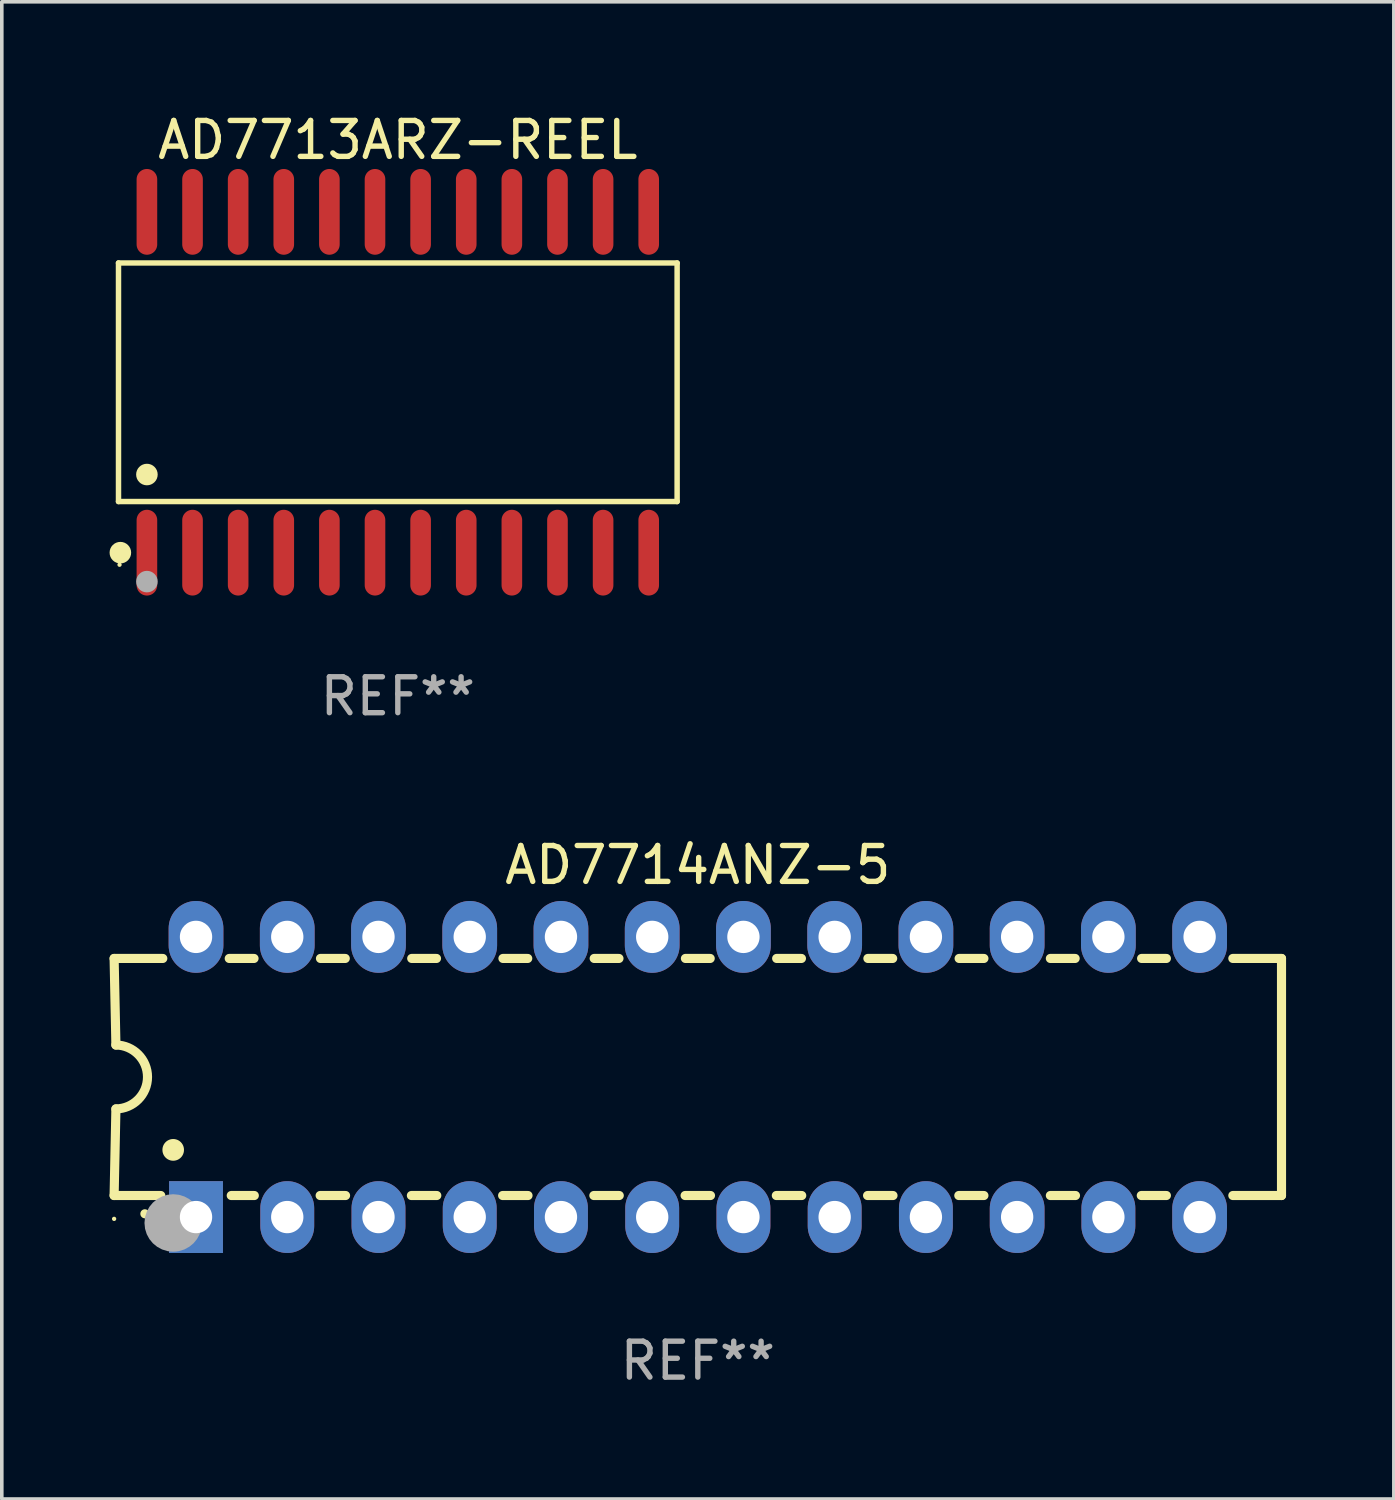
<source format=kicad_pcb>
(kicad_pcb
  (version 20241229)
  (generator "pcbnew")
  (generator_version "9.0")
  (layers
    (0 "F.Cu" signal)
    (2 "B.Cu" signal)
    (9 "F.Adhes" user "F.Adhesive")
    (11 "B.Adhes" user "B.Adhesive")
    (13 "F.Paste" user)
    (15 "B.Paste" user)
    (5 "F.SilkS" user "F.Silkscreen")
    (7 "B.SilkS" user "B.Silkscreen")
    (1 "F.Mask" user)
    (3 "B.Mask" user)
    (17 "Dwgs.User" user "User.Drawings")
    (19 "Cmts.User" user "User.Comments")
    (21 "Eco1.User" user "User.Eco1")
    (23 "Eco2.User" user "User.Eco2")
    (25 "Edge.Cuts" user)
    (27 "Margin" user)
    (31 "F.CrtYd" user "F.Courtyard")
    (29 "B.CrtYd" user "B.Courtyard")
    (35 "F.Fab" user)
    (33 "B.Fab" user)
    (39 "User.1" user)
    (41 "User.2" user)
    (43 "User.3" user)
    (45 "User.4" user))
  (footprint "AD7713ARZ-REEL"
    (layer "F.Cu")
    (at 8.025 7.592)
    (property "Reference" "AD7713ARZ-REEL" (at 0 -6.744 0) (layer "F.SilkS") (effects (font (size 1 1) (thickness 0.15))))
    (attr through_hole)
    (fp_line (start -7.776 -3.321) (end 7.776 -3.321) (stroke (width 0.152) (type solid)) (layer "F.SilkS"))
    (fp_line (start -7.776 3.321) (end -7.776 -3.321) (stroke (width 0.152) (type solid)) (layer "F.SilkS"))
    (fp_line (start 7.776 -3.321) (end 7.776 3.321) (stroke (width 0.152) (type solid)) (layer "F.SilkS"))
    (fp_line (start 7.776 3.321) (end -7.776 3.321) (stroke (width 0.152) (type solid)) (layer "F.SilkS"))
    (fp_circle (center -7.747 5.08) (end -7.717 5.08) (stroke (width 0.06) (type solid)) (fill no) (layer "F.SilkS"))
    (fp_circle (center -7.724 4.744) (end -7.574 4.744) (stroke (width 0.3) (type solid)) (fill no) (layer "F.SilkS"))
    (fp_circle (center -6.985 2.569) (end -6.835 2.569) (stroke (width 0.3) (type solid)) (fill no) (layer "F.SilkS"))
    (fp_circle (center -6.985 5.55) (end -6.835 5.55) (stroke (width 0.3) (type solid)) (fill no) (layer "F.Fab"))
    (fp_text user "REF**" (at 0 8.744 0) (layer "F.Fab") (effects (font (size 1 1) (thickness 0.15))))
    (pad "1" smd oval (at -6.985 4.744) (size 0.574 2.388) (layers "F.Cu" "F.Mask" "F.Paste"))
    (pad "2" smd oval (at -5.715 4.744) (size 0.574 2.388) (layers "F.Cu" "F.Mask" "F.Paste"))
    (pad "3" smd oval (at -4.445 4.744) (size 0.574 2.388) (layers "F.Cu" "F.Mask" "F.Paste"))
    (pad "4" smd oval (at -3.175 4.744) (size 0.574 2.388) (layers "F.Cu" "F.Mask" "F.Paste"))
    (pad "5" smd oval (at -1.905 4.744) (size 0.574 2.388) (layers "F.Cu" "F.Mask" "F.Paste"))
    (pad "6" smd oval (at -0.635 4.744) (size 0.574 2.388) (layers "F.Cu" "F.Mask" "F.Paste"))
    (pad "7" smd oval (at 0.635 4.744) (size 0.574 2.388) (layers "F.Cu" "F.Mask" "F.Paste"))
    (pad "8" smd oval (at 1.905 4.744) (size 0.574 2.388) (layers "F.Cu" "F.Mask" "F.Paste"))
    (pad "9" smd oval (at 3.175 4.744) (size 0.574 2.388) (layers "F.Cu" "F.Mask" "F.Paste"))
    (pad "10" smd oval (at 4.445 4.744) (size 0.574 2.388) (layers "F.Cu" "F.Mask" "F.Paste"))
    (pad "11" smd oval (at 5.715 4.744) (size 0.574 2.388) (layers "F.Cu" "F.Mask" "F.Paste"))
    (pad "12" smd oval (at 6.985 4.744) (size 0.574 2.388) (layers "F.Cu" "F.Mask" "F.Paste"))
    (pad "13" smd oval (at 6.985 -4.744) (size 0.574 2.388) (layers "F.Cu" "F.Mask" "F.Paste"))
    (pad "14" smd oval (at 5.715 -4.744) (size 0.574 2.388) (layers "F.Cu" "F.Mask" "F.Paste"))
    (pad "15" smd oval (at 4.445 -4.744) (size 0.574 2.388) (layers "F.Cu" "F.Mask" "F.Paste"))
    (pad "16" smd oval (at 3.175 -4.744) (size 0.574 2.388) (layers "F.Cu" "F.Mask" "F.Paste"))
    (pad "17" smd oval (at 1.905 -4.744) (size 0.574 2.388) (layers "F.Cu" "F.Mask" "F.Paste"))
    (pad "18" smd oval (at 0.635 -4.744) (size 0.574 2.388) (layers "F.Cu" "F.Mask" "F.Paste"))
    (pad "19" smd oval (at -0.635 -4.744) (size 0.574 2.388) (layers "F.Cu" "F.Mask" "F.Paste"))
    (pad "20" smd oval (at -1.905 -4.744) (size 0.574 2.388) (layers "F.Cu" "F.Mask" "F.Paste"))
    (pad "21" smd oval (at -3.175 -4.744) (size 0.574 2.388) (layers "F.Cu" "F.Mask" "F.Paste"))
    (pad "22" smd oval (at -4.445 -4.744) (size 0.574 2.388) (layers "F.Cu" "F.Mask" "F.Paste"))
    (pad "23" smd oval (at -5.715 -4.744) (size 0.574 2.388) (layers "F.Cu" "F.Mask" "F.Paste"))
    (pad "24" smd oval (at -6.985 -4.744) (size 0.574 2.388) (layers "F.Cu" "F.Mask" "F.Paste")))
  (footprint "AD7714ANZ-5"
    (layer "F.Cu")
    (at 16.377 26.933)
    (property "Reference" "AD7714ANZ-5" (at 0 -5.9 0) (layer "F.SilkS") (effects (font (size 1 1) (thickness 0.15))))
    (attr through_hole)
    (fp_line (start -16.25 -3.3) (end -16.2 -0.889) (stroke (width 0.254) (type solid)) (layer "F.SilkS"))
    (fp_line (start -16.25 -3.3) (end -14.895 -3.3) (stroke (width 0.254) (type solid)) (layer "F.SilkS"))
    (fp_line (start -16.25 3.3) (end -16.2 0.889) (stroke (width 0.254) (type solid)) (layer "F.SilkS"))
    (fp_line (start -16.25 3.3) (end -14.951 3.3) (stroke (width 0.254) (type solid)) (layer "F.SilkS"))
    (fp_line (start -13.045 -3.3) (end -12.355 -3.3) (stroke (width 0.254) (type solid)) (layer "F.SilkS"))
    (fp_line (start -12.989 3.3) (end -12.347 3.3) (stroke (width 0.254) (type solid)) (layer "F.SilkS"))
    (fp_line (start -10.514 3.3) (end -9.807 3.3) (stroke (width 0.254) (type solid)) (layer "F.SilkS"))
    (fp_line (start -10.505 -3.3) (end -9.815 -3.3) (stroke (width 0.254) (type solid)) (layer "F.SilkS"))
    (fp_line (start -7.974 3.3) (end -7.267 3.3) (stroke (width 0.254) (type solid)) (layer "F.SilkS"))
    (fp_line (start -7.965 -3.3) (end -7.275 -3.3) (stroke (width 0.254) (type solid)) (layer "F.SilkS"))
    (fp_line (start -5.434 3.3) (end -4.727 3.3) (stroke (width 0.254) (type solid)) (layer "F.SilkS"))
    (fp_line (start -5.425 -3.3) (end -4.735 -3.3) (stroke (width 0.254) (type solid)) (layer "F.SilkS"))
    (fp_line (start -2.894 3.3) (end -2.187 3.3) (stroke (width 0.254) (type solid)) (layer "F.SilkS"))
    (fp_line (start -2.885 -3.3) (end -2.195 -3.3) (stroke (width 0.254) (type solid)) (layer "F.SilkS"))
    (fp_line (start -0.354 3.3) (end 0.353 3.3) (stroke (width 0.254) (type solid)) (layer "F.SilkS"))
    (fp_line (start -0.345 -3.3) (end 0.345 -3.3) (stroke (width 0.254) (type solid)) (layer "F.SilkS"))
    (fp_line (start 2.186 3.3) (end 2.893 3.3) (stroke (width 0.254) (type solid)) (layer "F.SilkS"))
    (fp_line (start 2.195 -3.3) (end 2.885 -3.3) (stroke (width 0.254) (type solid)) (layer "F.SilkS"))
    (fp_line (start 4.726 3.3) (end 5.434 3.3) (stroke (width 0.254) (type solid)) (layer "F.SilkS"))
    (fp_line (start 4.735 -3.3) (end 5.425 -3.3) (stroke (width 0.254) (type solid)) (layer "F.SilkS"))
    (fp_line (start 7.266 3.3) (end 7.965 3.3) (stroke (width 0.254) (type solid)) (layer "F.SilkS"))
    (fp_line (start 7.275 -3.3) (end 7.965 -3.3) (stroke (width 0.254) (type solid)) (layer "F.SilkS"))
    (fp_line (start 9.815 -3.3) (end 10.505 -3.3) (stroke (width 0.254) (type solid)) (layer "F.SilkS"))
    (fp_line (start 9.815 3.3) (end 10.514 3.3) (stroke (width 0.254) (type solid)) (layer "F.SilkS"))
    (fp_line (start 12.346 3.3) (end 13.045 3.3) (stroke (width 0.254) (type solid)) (layer "F.SilkS"))
    (fp_line (start 12.355 -3.3) (end 13.045 -3.3) (stroke (width 0.254) (type solid)) (layer "F.SilkS"))
    (fp_line (start 16.25 -3.3) (end 14.895 -3.3) (stroke (width 0.254) (type solid)) (layer "F.SilkS"))
    (fp_line (start 16.25 -3.3) (end 16.25 3.3) (stroke (width 0.254) (type solid)) (layer "F.SilkS"))
    (fp_line (start 16.25 3.3) (end 14.895 3.3) (stroke (width 0.254) (type solid)) (layer "F.SilkS"))
    (fp_arc (start -16.201016 -0.890146) (mid -15.311429 -0.001055) (end -16.200025 0.889027) (stroke (width 0.254001) (type solid)) (layer "F.SilkS"))
    (fp_arc (start -15.394971 3.810033) (mid -15.394978 3.808763) (end -15.394971 3.807493) (stroke (width 0.25) (type solid)) (layer "F.SilkS"))
    (fp_arc (start -14.605029 2.032029) (mid -14.60504 2.029489) (end -14.605029 2.026949) (stroke (width 0.6) (type solid)) (layer "F.SilkS"))
    (fp_circle (center -16.25 3.95) (end -16.22 3.95) (stroke (width 0.06) (type solid)) (fill no) (layer "F.SilkS"))
    (fp_circle (center -14.605 4.064) (end -14.205 4.064) (stroke (width 0.8) (type solid)) (fill no) (layer "F.Fab"))
    (fp_text user "REF**" (at 0 7.9 0) (layer "F.Fab") (effects (font (size 1 1) (thickness 0.15))))
    (pad "1" thru_hole rect (at -13.97 3.9 90) (size 2 1.5) (drill 0.9) (layers "*.Cu" "*.Mask"))
    (pad "2" thru_hole oval (at -11.43 3.9 90) (size 2 1.5) (drill 0.9) (layers "*.Cu" "*.Mask"))
    (pad "3" thru_hole oval (at -8.89 3.9 90) (size 2 1.5) (drill 0.9) (layers "*.Cu" "*.Mask"))
    (pad "4" thru_hole oval (at -6.35 3.9 90) (size 2 1.5) (drill 0.9) (layers "*.Cu" "*.Mask"))
    (pad "5" thru_hole oval (at -3.81 3.9 90) (size 2 1.5) (drill 0.9) (layers "*.Cu" "*.Mask"))
    (pad "6" thru_hole oval (at -1.27 3.9 90) (size 2 1.5) (drill 0.9) (layers "*.Cu" "*.Mask"))
    (pad "7" thru_hole oval (at 1.27 3.9 90) (size 2 1.5) (drill 0.9) (layers "*.Cu" "*.Mask"))
    (pad "8" thru_hole oval (at 3.81 3.9 90) (size 2 1.5) (drill 0.9) (layers "*.Cu" "*.Mask"))
    (pad "9" thru_hole oval (at 6.35 3.9 90) (size 2 1.5) (drill 0.9) (layers "*.Cu" "*.Mask"))
    (pad "10" thru_hole oval (at 8.89 3.9 90) (size 2 1.524) (drill 0.9) (layers "*.Cu" "*.Mask"))
    (pad "11" thru_hole oval (at 11.43 3.9 90) (size 2 1.5) (drill 0.9) (layers "*.Cu" "*.Mask"))
    (pad "12" thru_hole oval (at 13.97 3.9 90) (size 2 1.524) (drill 0.9) (layers "*.Cu" "*.Mask"))
    (pad "13" thru_hole oval (at 13.97 -3.9 90) (size 2 1.524) (drill 0.9) (layers "*.Cu" "*.Mask"))
    (pad "14" thru_hole oval (at 11.43 -3.9 90) (size 2 1.524) (drill 0.9) (layers "*.Cu" "*.Mask"))
    (pad "15" thru_hole oval (at 8.89 -3.9 90) (size 2 1.524) (drill 0.9) (layers "*.Cu" "*.Mask"))
    (pad "16" thru_hole oval (at 6.35 -3.9 90) (size 2 1.524) (drill 0.9) (layers "*.Cu" "*.Mask"))
    (pad "17" thru_hole oval (at 3.81 -3.9 90) (size 2 1.524) (drill 0.9) (layers "*.Cu" "*.Mask"))
    (pad "18" thru_hole oval (at 1.27 -3.9 90) (size 2 1.524) (drill 0.9) (layers "*.Cu" "*.Mask"))
    (pad "19" thru_hole oval (at -1.27 -3.9 90) (size 2 1.524) (drill 0.9) (layers "*.Cu" "*.Mask"))
    (pad "20" thru_hole oval (at -3.81 -3.9 90) (size 2 1.524) (drill 0.9) (layers "*.Cu" "*.Mask"))
    (pad "21" thru_hole oval (at -6.35 -3.9 90) (size 2 1.524) (drill 0.9) (layers "*.Cu" "*.Mask"))
    (pad "22" thru_hole oval (at -8.89 -3.9 90) (size 2 1.524) (drill 0.9) (layers "*.Cu" "*.Mask"))
    (pad "23" thru_hole oval (at -11.43 -3.9 90) (size 2 1.524) (drill 0.9) (layers "*.Cu" "*.Mask"))
    (pad "24" thru_hole oval (at -13.97 -3.9 90) (size 2 1.524) (drill 0.9) (layers "*.Cu" "*.Mask")))
  (gr_rect
    (start -3 -3)
    (end 35.754 38.681)
    (stroke (width 0.1) (type default))
    (fill no)
    (layer "Edge.Cuts")))
</source>
